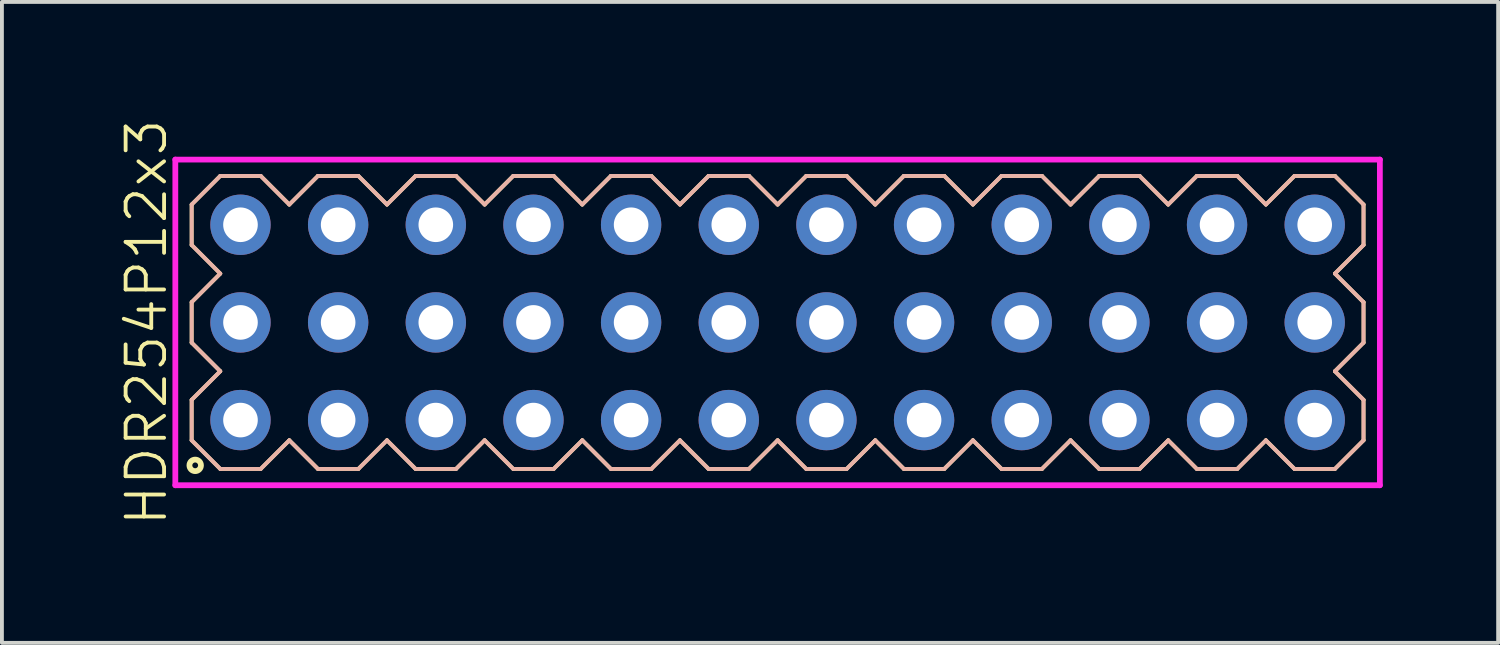
<source format=kicad_pcb>
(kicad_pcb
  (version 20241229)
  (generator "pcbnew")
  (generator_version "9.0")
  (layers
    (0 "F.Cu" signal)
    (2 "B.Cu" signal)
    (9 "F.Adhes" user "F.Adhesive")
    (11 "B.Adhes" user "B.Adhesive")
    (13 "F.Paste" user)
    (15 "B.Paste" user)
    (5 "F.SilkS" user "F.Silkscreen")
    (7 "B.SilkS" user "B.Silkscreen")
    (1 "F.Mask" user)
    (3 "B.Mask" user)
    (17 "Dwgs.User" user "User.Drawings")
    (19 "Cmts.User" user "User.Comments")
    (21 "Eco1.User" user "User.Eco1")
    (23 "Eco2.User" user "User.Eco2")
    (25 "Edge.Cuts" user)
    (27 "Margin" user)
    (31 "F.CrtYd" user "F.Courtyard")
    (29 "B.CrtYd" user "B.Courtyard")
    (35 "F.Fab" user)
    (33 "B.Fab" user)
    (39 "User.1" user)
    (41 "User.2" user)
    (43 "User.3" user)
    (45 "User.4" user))
  (footprint "HDR254P12x3"
    (layer "F.Cu")
    (at 17.175 5.336)
    (property "Reference" "HDR254P12x3" (at -16.415 0 90) (layer "F.SilkS") (effects (font (size 1 1) (thickness 0.1))))
    (attr through_hole)
    (fp_line (start -15.24 -3.066) (end -14.496 -3.81) (stroke (width 0.1) (type solid)) (layer "F.SilkS"))
    (fp_line (start -15.24 -2.014) (end -15.24 -3.066) (stroke (width 0.1) (type solid)) (layer "F.SilkS"))
    (fp_line (start -15.24 -0.526) (end -14.496 -1.27) (stroke (width 0.1) (type solid)) (layer "F.SilkS"))
    (fp_line (start -15.24 0.526) (end -15.24 -0.526) (stroke (width 0.1) (type solid)) (layer "F.SilkS"))
    (fp_line (start -15.24 2.014) (end -14.496 1.27) (stroke (width 0.1) (type solid)) (layer "F.SilkS"))
    (fp_line (start -15.24 3.066) (end -15.24 2.014) (stroke (width 0.1) (type solid)) (layer "F.SilkS"))
    (fp_line (start -14.496 -3.81) (end -13.444 -3.81) (stroke (width 0.1) (type solid)) (layer "F.SilkS"))
    (fp_line (start -14.496 -1.27) (end -15.24 -2.014) (stroke (width 0.1) (type solid)) (layer "F.SilkS"))
    (fp_line (start -14.496 1.27) (end -15.24 0.526) (stroke (width 0.1) (type solid)) (layer "F.SilkS"))
    (fp_line (start -14.496 3.81) (end -15.24 3.066) (stroke (width 0.1) (type solid)) (layer "F.SilkS"))
    (fp_line (start -13.444 -3.81) (end -12.7 -3.066) (stroke (width 0.1) (type solid)) (layer "F.SilkS"))
    (fp_line (start -13.444 3.81) (end -14.496 3.81) (stroke (width 0.1) (type solid)) (layer "F.SilkS"))
    (fp_line (start -12.7 -3.066) (end -11.956 -3.81) (stroke (width 0.1) (type solid)) (layer "F.SilkS"))
    (fp_line (start -12.7 3.066) (end -13.444 3.81) (stroke (width 0.1) (type solid)) (layer "F.SilkS"))
    (fp_line (start -11.956 -3.81) (end -10.904 -3.81) (stroke (width 0.1) (type solid)) (layer "F.SilkS"))
    (fp_line (start -11.956 3.81) (end -12.7 3.066) (stroke (width 0.1) (type solid)) (layer "F.SilkS"))
    (fp_line (start -10.904 -3.81) (end -10.16 -3.066) (stroke (width 0.1) (type solid)) (layer "F.SilkS"))
    (fp_line (start -10.904 3.81) (end -11.956 3.81) (stroke (width 0.1) (type solid)) (layer "F.SilkS"))
    (fp_line (start -10.16 -3.066) (end -9.416 -3.81) (stroke (width 0.1) (type solid)) (layer "F.SilkS"))
    (fp_line (start -10.16 3.066) (end -10.904 3.81) (stroke (width 0.1) (type solid)) (layer "F.SilkS"))
    (fp_line (start -9.416 -3.81) (end -8.364 -3.81) (stroke (width 0.1) (type solid)) (layer "F.SilkS"))
    (fp_line (start -9.416 3.81) (end -10.16 3.066) (stroke (width 0.1) (type solid)) (layer "F.SilkS"))
    (fp_line (start -8.364 -3.81) (end -7.62 -3.066) (stroke (width 0.1) (type solid)) (layer "F.SilkS"))
    (fp_line (start -8.364 3.81) (end -9.416 3.81) (stroke (width 0.1) (type solid)) (layer "F.SilkS"))
    (fp_line (start -7.62 -3.066) (end -6.876 -3.81) (stroke (width 0.1) (type solid)) (layer "F.SilkS"))
    (fp_line (start -7.62 3.066) (end -8.364 3.81) (stroke (width 0.1) (type solid)) (layer "F.SilkS"))
    (fp_line (start -6.876 -3.81) (end -5.824 -3.81) (stroke (width 0.1) (type solid)) (layer "F.SilkS"))
    (fp_line (start -6.876 3.81) (end -7.62 3.066) (stroke (width 0.1) (type solid)) (layer "F.SilkS"))
    (fp_line (start -5.824 -3.81) (end -5.08 -3.066) (stroke (width 0.1) (type solid)) (layer "F.SilkS"))
    (fp_line (start -5.824 3.81) (end -6.876 3.81) (stroke (width 0.1) (type solid)) (layer "F.SilkS"))
    (fp_line (start -5.08 -3.066) (end -4.336 -3.81) (stroke (width 0.1) (type solid)) (layer "F.SilkS"))
    (fp_line (start -5.08 3.066) (end -5.824 3.81) (stroke (width 0.1) (type solid)) (layer "F.SilkS"))
    (fp_line (start -4.336 -3.81) (end -3.284 -3.81) (stroke (width 0.1) (type solid)) (layer "F.SilkS"))
    (fp_line (start -4.336 3.81) (end -5.08 3.066) (stroke (width 0.1) (type solid)) (layer "F.SilkS"))
    (fp_line (start -3.284 -3.81) (end -2.54 -3.066) (stroke (width 0.1) (type solid)) (layer "F.SilkS"))
    (fp_line (start -3.284 3.81) (end -4.336 3.81) (stroke (width 0.1) (type solid)) (layer "F.SilkS"))
    (fp_line (start -2.54 -3.066) (end -1.796 -3.81) (stroke (width 0.1) (type solid)) (layer "F.SilkS"))
    (fp_line (start -2.54 3.066) (end -3.284 3.81) (stroke (width 0.1) (type solid)) (layer "F.SilkS"))
    (fp_line (start -1.796 -3.81) (end -0.744 -3.81) (stroke (width 0.1) (type solid)) (layer "F.SilkS"))
    (fp_line (start -1.796 3.81) (end -2.54 3.066) (stroke (width 0.1) (type solid)) (layer "F.SilkS"))
    (fp_line (start -0.744 -3.81) (end 0 -3.066) (stroke (width 0.1) (type solid)) (layer "F.SilkS"))
    (fp_line (start -0.744 3.81) (end -1.796 3.81) (stroke (width 0.1) (type solid)) (layer "F.SilkS"))
    (fp_line (start 0 -3.066) (end 0.744 -3.81) (stroke (width 0.1) (type solid)) (layer "F.SilkS"))
    (fp_line (start 0 3.066) (end -0.744 3.81) (stroke (width 0.1) (type solid)) (layer "F.SilkS"))
    (fp_line (start 0.744 -3.81) (end 1.796 -3.81) (stroke (width 0.1) (type solid)) (layer "F.SilkS"))
    (fp_line (start 0.744 3.81) (end 0 3.066) (stroke (width 0.1) (type solid)) (layer "F.SilkS"))
    (fp_line (start 1.796 -3.81) (end 2.54 -3.066) (stroke (width 0.1) (type solid)) (layer "F.SilkS"))
    (fp_line (start 1.796 3.81) (end 0.744 3.81) (stroke (width 0.1) (type solid)) (layer "F.SilkS"))
    (fp_line (start 2.54 -3.066) (end 3.284 -3.81) (stroke (width 0.1) (type solid)) (layer "F.SilkS"))
    (fp_line (start 2.54 3.066) (end 1.796 3.81) (stroke (width 0.1) (type solid)) (layer "F.SilkS"))
    (fp_line (start 3.284 -3.81) (end 4.336 -3.81) (stroke (width 0.1) (type solid)) (layer "F.SilkS"))
    (fp_line (start 3.284 3.81) (end 2.54 3.066) (stroke (width 0.1) (type solid)) (layer "F.SilkS"))
    (fp_line (start 4.336 -3.81) (end 5.08 -3.066) (stroke (width 0.1) (type solid)) (layer "F.SilkS"))
    (fp_line (start 4.336 3.81) (end 3.284 3.81) (stroke (width 0.1) (type solid)) (layer "F.SilkS"))
    (fp_line (start 5.08 -3.066) (end 5.824 -3.81) (stroke (width 0.1) (type solid)) (layer "F.SilkS"))
    (fp_line (start 5.08 3.066) (end 4.336 3.81) (stroke (width 0.1) (type solid)) (layer "F.SilkS"))
    (fp_line (start 5.824 -3.81) (end 6.876 -3.81) (stroke (width 0.1) (type solid)) (layer "F.SilkS"))
    (fp_line (start 5.824 3.81) (end 5.08 3.066) (stroke (width 0.1) (type solid)) (layer "F.SilkS"))
    (fp_line (start 6.876 -3.81) (end 7.62 -3.066) (stroke (width 0.1) (type solid)) (layer "F.SilkS"))
    (fp_line (start 6.876 3.81) (end 5.824 3.81) (stroke (width 0.1) (type solid)) (layer "F.SilkS"))
    (fp_line (start 7.62 -3.066) (end 8.364 -3.81) (stroke (width 0.1) (type solid)) (layer "F.SilkS"))
    (fp_line (start 7.62 3.066) (end 6.876 3.81) (stroke (width 0.1) (type solid)) (layer "F.SilkS"))
    (fp_line (start 8.364 -3.81) (end 9.416 -3.81) (stroke (width 0.1) (type solid)) (layer "F.SilkS"))
    (fp_line (start 8.364 3.81) (end 7.62 3.066) (stroke (width 0.1) (type solid)) (layer "F.SilkS"))
    (fp_line (start 9.416 -3.81) (end 10.16 -3.066) (stroke (width 0.1) (type solid)) (layer "F.SilkS"))
    (fp_line (start 9.416 3.81) (end 8.364 3.81) (stroke (width 0.1) (type solid)) (layer "F.SilkS"))
    (fp_line (start 10.16 -3.066) (end 10.904 -3.81) (stroke (width 0.1) (type solid)) (layer "F.SilkS"))
    (fp_line (start 10.16 3.066) (end 9.416 3.81) (stroke (width 0.1) (type solid)) (layer "F.SilkS"))
    (fp_line (start 10.904 -3.81) (end 11.956 -3.81) (stroke (width 0.1) (type solid)) (layer "F.SilkS"))
    (fp_line (start 10.904 3.81) (end 10.16 3.066) (stroke (width 0.1) (type solid)) (layer "F.SilkS"))
    (fp_line (start 11.956 -3.81) (end 12.7 -3.066) (stroke (width 0.1) (type solid)) (layer "F.SilkS"))
    (fp_line (start 11.956 3.81) (end 10.904 3.81) (stroke (width 0.1) (type solid)) (layer "F.SilkS"))
    (fp_line (start 12.7 -3.066) (end 13.444 -3.81) (stroke (width 0.1) (type solid)) (layer "F.SilkS"))
    (fp_line (start 12.7 3.066) (end 11.956 3.81) (stroke (width 0.1) (type solid)) (layer "F.SilkS"))
    (fp_line (start 13.444 -3.81) (end 14.496 -3.81) (stroke (width 0.1) (type solid)) (layer "F.SilkS"))
    (fp_line (start 13.444 3.81) (end 12.7 3.066) (stroke (width 0.1) (type solid)) (layer "F.SilkS"))
    (fp_line (start 14.496 -3.81) (end 15.24 -3.066) (stroke (width 0.1) (type solid)) (layer "F.SilkS"))
    (fp_line (start 14.496 -1.27) (end 15.24 -0.526) (stroke (width 0.1) (type solid)) (layer "F.SilkS"))
    (fp_line (start 14.496 1.27) (end 15.24 2.014) (stroke (width 0.1) (type solid)) (layer "F.SilkS"))
    (fp_line (start 14.496 3.81) (end 13.444 3.81) (stroke (width 0.1) (type solid)) (layer "F.SilkS"))
    (fp_line (start 15.24 -3.066) (end 15.24 -2.014) (stroke (width 0.1) (type solid)) (layer "F.SilkS"))
    (fp_line (start 15.24 -2.014) (end 14.496 -1.27) (stroke (width 0.1) (type solid)) (layer "F.SilkS"))
    (fp_line (start 15.24 -0.526) (end 15.24 0.526) (stroke (width 0.1) (type solid)) (layer "F.SilkS"))
    (fp_line (start 15.24 0.526) (end 14.496 1.27) (stroke (width 0.1) (type solid)) (layer "F.SilkS"))
    (fp_line (start 15.24 2.014) (end 15.24 3.066) (stroke (width 0.1) (type solid)) (layer "F.SilkS"))
    (fp_line (start 15.24 3.066) (end 14.496 3.81) (stroke (width 0.1) (type solid)) (layer "F.SilkS"))
    (fp_circle (center -15.148 3.718) (end -14.998 3.718) (stroke (width 0.15) (type solid)) (fill no) (layer "F.SilkS"))
    (fp_line (start -15.24 -3.066) (end -14.496 -3.81) (stroke (width 0.1) (type solid)) (layer "B.SilkS"))
    (fp_line (start -15.24 -2.014) (end -15.24 -3.066) (stroke (width 0.1) (type solid)) (layer "B.SilkS"))
    (fp_line (start -15.24 -0.526) (end -14.496 -1.27) (stroke (width 0.1) (type solid)) (layer "B.SilkS"))
    (fp_line (start -15.24 0.526) (end -15.24 -0.526) (stroke (width 0.1) (type solid)) (layer "B.SilkS"))
    (fp_line (start -15.24 2.014) (end -14.496 1.27) (stroke (width 0.1) (type solid)) (layer "B.SilkS"))
    (fp_line (start -15.24 3.066) (end -15.24 2.014) (stroke (width 0.1) (type solid)) (layer "B.SilkS"))
    (fp_line (start -14.496 -3.81) (end -13.444 -3.81) (stroke (width 0.1) (type solid)) (layer "B.SilkS"))
    (fp_line (start -14.496 -1.27) (end -15.24 -2.014) (stroke (width 0.1) (type solid)) (layer "B.SilkS"))
    (fp_line (start -14.496 1.27) (end -15.24 0.526) (stroke (width 0.1) (type solid)) (layer "B.SilkS"))
    (fp_line (start -14.496 3.81) (end -15.24 3.066) (stroke (width 0.1) (type solid)) (layer "B.SilkS"))
    (fp_line (start -13.444 -3.81) (end -12.7 -3.066) (stroke (width 0.1) (type solid)) (layer "B.SilkS"))
    (fp_line (start -13.444 3.81) (end -14.496 3.81) (stroke (width 0.1) (type solid)) (layer "B.SilkS"))
    (fp_line (start -12.7 -3.066) (end -11.956 -3.81) (stroke (width 0.1) (type solid)) (layer "B.SilkS"))
    (fp_line (start -12.7 3.066) (end -13.444 3.81) (stroke (width 0.1) (type solid)) (layer "B.SilkS"))
    (fp_line (start -11.956 -3.81) (end -10.904 -3.81) (stroke (width 0.1) (type solid)) (layer "B.SilkS"))
    (fp_line (start -11.956 3.81) (end -12.7 3.066) (stroke (width 0.1) (type solid)) (layer "B.SilkS"))
    (fp_line (start -10.904 -3.81) (end -10.16 -3.066) (stroke (width 0.1) (type solid)) (layer "B.SilkS"))
    (fp_line (start -10.904 3.81) (end -11.956 3.81) (stroke (width 0.1) (type solid)) (layer "B.SilkS"))
    (fp_line (start -10.16 -3.066) (end -9.416 -3.81) (stroke (width 0.1) (type solid)) (layer "B.SilkS"))
    (fp_line (start -10.16 3.066) (end -10.904 3.81) (stroke (width 0.1) (type solid)) (layer "B.SilkS"))
    (fp_line (start -9.416 -3.81) (end -8.364 -3.81) (stroke (width 0.1) (type solid)) (layer "B.SilkS"))
    (fp_line (start -9.416 3.81) (end -10.16 3.066) (stroke (width 0.1) (type solid)) (layer "B.SilkS"))
    (fp_line (start -8.364 -3.81) (end -7.62 -3.066) (stroke (width 0.1) (type solid)) (layer "B.SilkS"))
    (fp_line (start -8.364 3.81) (end -9.416 3.81) (stroke (width 0.1) (type solid)) (layer "B.SilkS"))
    (fp_line (start -7.62 -3.066) (end -6.876 -3.81) (stroke (width 0.1) (type solid)) (layer "B.SilkS"))
    (fp_line (start -7.62 3.066) (end -8.364 3.81) (stroke (width 0.1) (type solid)) (layer "B.SilkS"))
    (fp_line (start -6.876 -3.81) (end -5.824 -3.81) (stroke (width 0.1) (type solid)) (layer "B.SilkS"))
    (fp_line (start -6.876 3.81) (end -7.62 3.066) (stroke (width 0.1) (type solid)) (layer "B.SilkS"))
    (fp_line (start -5.824 -3.81) (end -5.08 -3.066) (stroke (width 0.1) (type solid)) (layer "B.SilkS"))
    (fp_line (start -5.824 3.81) (end -6.876 3.81) (stroke (width 0.1) (type solid)) (layer "B.SilkS"))
    (fp_line (start -5.08 -3.066) (end -4.336 -3.81) (stroke (width 0.1) (type solid)) (layer "B.SilkS"))
    (fp_line (start -5.08 3.066) (end -5.824 3.81) (stroke (width 0.1) (type solid)) (layer "B.SilkS"))
    (fp_line (start -4.336 -3.81) (end -3.284 -3.81) (stroke (width 0.1) (type solid)) (layer "B.SilkS"))
    (fp_line (start -4.336 3.81) (end -5.08 3.066) (stroke (width 0.1) (type solid)) (layer "B.SilkS"))
    (fp_line (start -3.284 -3.81) (end -2.54 -3.066) (stroke (width 0.1) (type solid)) (layer "B.SilkS"))
    (fp_line (start -3.284 3.81) (end -4.336 3.81) (stroke (width 0.1) (type solid)) (layer "B.SilkS"))
    (fp_line (start -2.54 -3.066) (end -1.796 -3.81) (stroke (width 0.1) (type solid)) (layer "B.SilkS"))
    (fp_line (start -2.54 3.066) (end -3.284 3.81) (stroke (width 0.1) (type solid)) (layer "B.SilkS"))
    (fp_line (start -1.796 -3.81) (end -0.744 -3.81) (stroke (width 0.1) (type solid)) (layer "B.SilkS"))
    (fp_line (start -1.796 3.81) (end -2.54 3.066) (stroke (width 0.1) (type solid)) (layer "B.SilkS"))
    (fp_line (start -0.744 -3.81) (end 0 -3.066) (stroke (width 0.1) (type solid)) (layer "B.SilkS"))
    (fp_line (start -0.744 3.81) (end -1.796 3.81) (stroke (width 0.1) (type solid)) (layer "B.SilkS"))
    (fp_line (start 0 -3.066) (end 0.744 -3.81) (stroke (width 0.1) (type solid)) (layer "B.SilkS"))
    (fp_line (start 0 3.066) (end -0.744 3.81) (stroke (width 0.1) (type solid)) (layer "B.SilkS"))
    (fp_line (start 0.744 -3.81) (end 1.796 -3.81) (stroke (width 0.1) (type solid)) (layer "B.SilkS"))
    (fp_line (start 0.744 3.81) (end 0 3.066) (stroke (width 0.1) (type solid)) (layer "B.SilkS"))
    (fp_line (start 1.796 -3.81) (end 2.54 -3.066) (stroke (width 0.1) (type solid)) (layer "B.SilkS"))
    (fp_line (start 1.796 3.81) (end 0.744 3.81) (stroke (width 0.1) (type solid)) (layer "B.SilkS"))
    (fp_line (start 2.54 -3.066) (end 3.284 -3.81) (stroke (width 0.1) (type solid)) (layer "B.SilkS"))
    (fp_line (start 2.54 3.066) (end 1.796 3.81) (stroke (width 0.1) (type solid)) (layer "B.SilkS"))
    (fp_line (start 3.284 -3.81) (end 4.336 -3.81) (stroke (width 0.1) (type solid)) (layer "B.SilkS"))
    (fp_line (start 3.284 3.81) (end 2.54 3.066) (stroke (width 0.1) (type solid)) (layer "B.SilkS"))
    (fp_line (start 4.336 -3.81) (end 5.08 -3.066) (stroke (width 0.1) (type solid)) (layer "B.SilkS"))
    (fp_line (start 4.336 3.81) (end 3.284 3.81) (stroke (width 0.1) (type solid)) (layer "B.SilkS"))
    (fp_line (start 5.08 -3.066) (end 5.824 -3.81) (stroke (width 0.1) (type solid)) (layer "B.SilkS"))
    (fp_line (start 5.08 3.066) (end 4.336 3.81) (stroke (width 0.1) (type solid)) (layer "B.SilkS"))
    (fp_line (start 5.824 -3.81) (end 6.876 -3.81) (stroke (width 0.1) (type solid)) (layer "B.SilkS"))
    (fp_line (start 5.824 3.81) (end 5.08 3.066) (stroke (width 0.1) (type solid)) (layer "B.SilkS"))
    (fp_line (start 6.876 -3.81) (end 7.62 -3.066) (stroke (width 0.1) (type solid)) (layer "B.SilkS"))
    (fp_line (start 6.876 3.81) (end 5.824 3.81) (stroke (width 0.1) (type solid)) (layer "B.SilkS"))
    (fp_line (start 7.62 -3.066) (end 8.364 -3.81) (stroke (width 0.1) (type solid)) (layer "B.SilkS"))
    (fp_line (start 7.62 3.066) (end 6.876 3.81) (stroke (width 0.1) (type solid)) (layer "B.SilkS"))
    (fp_line (start 8.364 -3.81) (end 9.416 -3.81) (stroke (width 0.1) (type solid)) (layer "B.SilkS"))
    (fp_line (start 8.364 3.81) (end 7.62 3.066) (stroke (width 0.1) (type solid)) (layer "B.SilkS"))
    (fp_line (start 9.416 -3.81) (end 10.16 -3.066) (stroke (width 0.1) (type solid)) (layer "B.SilkS"))
    (fp_line (start 9.416 3.81) (end 8.364 3.81) (stroke (width 0.1) (type solid)) (layer "B.SilkS"))
    (fp_line (start 10.16 -3.066) (end 10.904 -3.81) (stroke (width 0.1) (type solid)) (layer "B.SilkS"))
    (fp_line (start 10.16 3.066) (end 9.416 3.81) (stroke (width 0.1) (type solid)) (layer "B.SilkS"))
    (fp_line (start 10.904 -3.81) (end 11.956 -3.81) (stroke (width 0.1) (type solid)) (layer "B.SilkS"))
    (fp_line (start 10.904 3.81) (end 10.16 3.066) (stroke (width 0.1) (type solid)) (layer "B.SilkS"))
    (fp_line (start 11.956 -3.81) (end 12.7 -3.066) (stroke (width 0.1) (type solid)) (layer "B.SilkS"))
    (fp_line (start 11.956 3.81) (end 10.904 3.81) (stroke (width 0.1) (type solid)) (layer "B.SilkS"))
    (fp_line (start 12.7 -3.066) (end 13.444 -3.81) (stroke (width 0.1) (type solid)) (layer "B.SilkS"))
    (fp_line (start 12.7 3.066) (end 11.956 3.81) (stroke (width 0.1) (type solid)) (layer "B.SilkS"))
    (fp_line (start 13.444 -3.81) (end 14.496 -3.81) (stroke (width 0.1) (type solid)) (layer "B.SilkS"))
    (fp_line (start 13.444 3.81) (end 12.7 3.066) (stroke (width 0.1) (type solid)) (layer "B.SilkS"))
    (fp_line (start 14.496 -3.81) (end 15.24 -3.066) (stroke (width 0.1) (type solid)) (layer "B.SilkS"))
    (fp_line (start 14.496 -1.27) (end 15.24 -0.526) (stroke (width 0.1) (type solid)) (layer "B.SilkS"))
    (fp_line (start 14.496 1.27) (end 15.24 2.014) (stroke (width 0.1) (type solid)) (layer "B.SilkS"))
    (fp_line (start 14.496 3.81) (end 13.444 3.81) (stroke (width 0.1) (type solid)) (layer "B.SilkS"))
    (fp_line (start 15.24 -3.066) (end 15.24 -2.014) (stroke (width 0.1) (type solid)) (layer "B.SilkS"))
    (fp_line (start 15.24 -2.014) (end 14.496 -1.27) (stroke (width 0.1) (type solid)) (layer "B.SilkS"))
    (fp_line (start 15.24 -0.526) (end 15.24 0.526) (stroke (width 0.1) (type solid)) (layer "B.SilkS"))
    (fp_line (start 15.24 0.526) (end 14.496 1.27) (stroke (width 0.1) (type solid)) (layer "B.SilkS"))
    (fp_line (start 15.24 2.014) (end 15.24 3.066) (stroke (width 0.1) (type solid)) (layer "B.SilkS"))
    (fp_line (start 15.24 3.066) (end 14.496 3.81) (stroke (width 0.1) (type solid)) (layer "B.SilkS"))
    (fp_line (start -15.665 -4.235) (end -15.665 4.235) (stroke (width 0.15) (type solid)) (layer "F.CrtYd"))
    (fp_line (start -15.665 4.235) (end 15.665 4.235) (stroke (width 0.15) (type solid)) (layer "F.CrtYd"))
    (fp_line (start 15.665 -4.235) (end -15.665 -4.235) (stroke (width 0.15) (type solid)) (layer "F.CrtYd"))
    (fp_line (start 15.665 4.235) (end 15.665 -4.235) (stroke (width 0.15) (type solid)) (layer "F.CrtYd"))
    (pad "1" thru_hole oval (at -13.97 2.54) (size 1.57 1.57) (drill 0.9) (layers "*.Cu" "*.Mask"))
    (pad "2" thru_hole oval (at -13.97 0) (size 1.57 1.57) (drill 0.9) (layers "*.Cu" "*.Mask"))
    (pad "3" thru_hole oval (at -13.97 -2.54) (size 1.57 1.57) (drill 0.9) (layers "*.Cu" "*.Mask"))
    (pad "4" thru_hole oval (at -11.43 2.54) (size 1.57 1.57) (drill 0.9) (layers "*.Cu" "*.Mask"))
    (pad "5" thru_hole oval (at -11.43 0) (size 1.57 1.57) (drill 0.9) (layers "*.Cu" "*.Mask"))
    (pad "6" thru_hole oval (at -11.43 -2.54) (size 1.57 1.57) (drill 0.9) (layers "*.Cu" "*.Mask"))
    (pad "7" thru_hole oval (at -8.89 2.54) (size 1.57 1.57) (drill 0.9) (layers "*.Cu" "*.Mask"))
    (pad "8" thru_hole oval (at -8.89 0) (size 1.57 1.57) (drill 0.9) (layers "*.Cu" "*.Mask"))
    (pad "9" thru_hole oval (at -8.89 -2.54) (size 1.57 1.57) (drill 0.9) (layers "*.Cu" "*.Mask"))
    (pad "10" thru_hole oval (at -6.35 2.54) (size 1.57 1.57) (drill 0.9) (layers "*.Cu" "*.Mask"))
    (pad "11" thru_hole oval (at -6.35 0) (size 1.57 1.57) (drill 0.9) (layers "*.Cu" "*.Mask"))
    (pad "12" thru_hole oval (at -6.35 -2.54) (size 1.57 1.57) (drill 0.9) (layers "*.Cu" "*.Mask"))
    (pad "13" thru_hole oval (at -3.81 2.54) (size 1.57 1.57) (drill 0.9) (layers "*.Cu" "*.Mask"))
    (pad "14" thru_hole oval (at -3.81 0) (size 1.57 1.57) (drill 0.9) (layers "*.Cu" "*.Mask"))
    (pad "15" thru_hole oval (at -3.81 -2.54) (size 1.57 1.57) (drill 0.9) (layers "*.Cu" "*.Mask"))
    (pad "16" thru_hole oval (at -1.27 2.54) (size 1.57 1.57) (drill 0.9) (layers "*.Cu" "*.Mask"))
    (pad "17" thru_hole oval (at -1.27 0) (size 1.57 1.57) (drill 0.9) (layers "*.Cu" "*.Mask"))
    (pad "18" thru_hole oval (at -1.27 -2.54) (size 1.57 1.57) (drill 0.9) (layers "*.Cu" "*.Mask"))
    (pad "19" thru_hole oval (at 1.27 2.54) (size 1.57 1.57) (drill 0.9) (layers "*.Cu" "*.Mask"))
    (pad "20" thru_hole oval (at 1.27 0) (size 1.57 1.57) (drill 0.9) (layers "*.Cu" "*.Mask"))
    (pad "21" thru_hole oval (at 1.27 -2.54) (size 1.57 1.57) (drill 0.9) (layers "*.Cu" "*.Mask"))
    (pad "22" thru_hole oval (at 3.81 2.54) (size 1.57 1.57) (drill 0.9) (layers "*.Cu" "*.Mask"))
    (pad "23" thru_hole oval (at 3.81 0) (size 1.57 1.57) (drill 0.9) (layers "*.Cu" "*.Mask"))
    (pad "24" thru_hole oval (at 3.81 -2.54) (size 1.57 1.57) (drill 0.9) (layers "*.Cu" "*.Mask"))
    (pad "25" thru_hole oval (at 6.35 2.54) (size 1.57 1.57) (drill 0.9) (layers "*.Cu" "*.Mask"))
    (pad "26" thru_hole oval (at 6.35 0) (size 1.57 1.57) (drill 0.9) (layers "*.Cu" "*.Mask"))
    (pad "27" thru_hole oval (at 6.35 -2.54) (size 1.57 1.57) (drill 0.9) (layers "*.Cu" "*.Mask"))
    (pad "28" thru_hole oval (at 8.89 2.54) (size 1.57 1.57) (drill 0.9) (layers "*.Cu" "*.Mask"))
    (pad "29" thru_hole oval (at 8.89 0) (size 1.57 1.57) (drill 0.9) (layers "*.Cu" "*.Mask"))
    (pad "30" thru_hole oval (at 8.89 -2.54) (size 1.57 1.57) (drill 0.9) (layers "*.Cu" "*.Mask"))
    (pad "31" thru_hole oval (at 11.43 2.54) (size 1.57 1.57) (drill 0.9) (layers "*.Cu" "*.Mask"))
    (pad "32" thru_hole oval (at 11.43 0) (size 1.57 1.57) (drill 0.9) (layers "*.Cu" "*.Mask"))
    (pad "33" thru_hole oval (at 11.43 -2.54) (size 1.57 1.57) (drill 0.9) (layers "*.Cu" "*.Mask"))
    (pad "34" thru_hole oval (at 13.97 2.54) (size 1.57 1.57) (drill 0.9) (layers "*.Cu" "*.Mask"))
    (pad "35" thru_hole oval (at 13.97 0) (size 1.57 1.57) (drill 0.9) (layers "*.Cu" "*.Mask"))
    (pad "36" thru_hole oval (at 13.97 -2.54) (size 1.57 1.57) (drill 0.9) (layers "*.Cu" "*.Mask")))
  (gr_rect
    (start -3 -3)
    (end 35.916 13.671)
    (stroke (width 0.1) (type default))
    (fill no)
    (layer "Edge.Cuts")))
</source>
